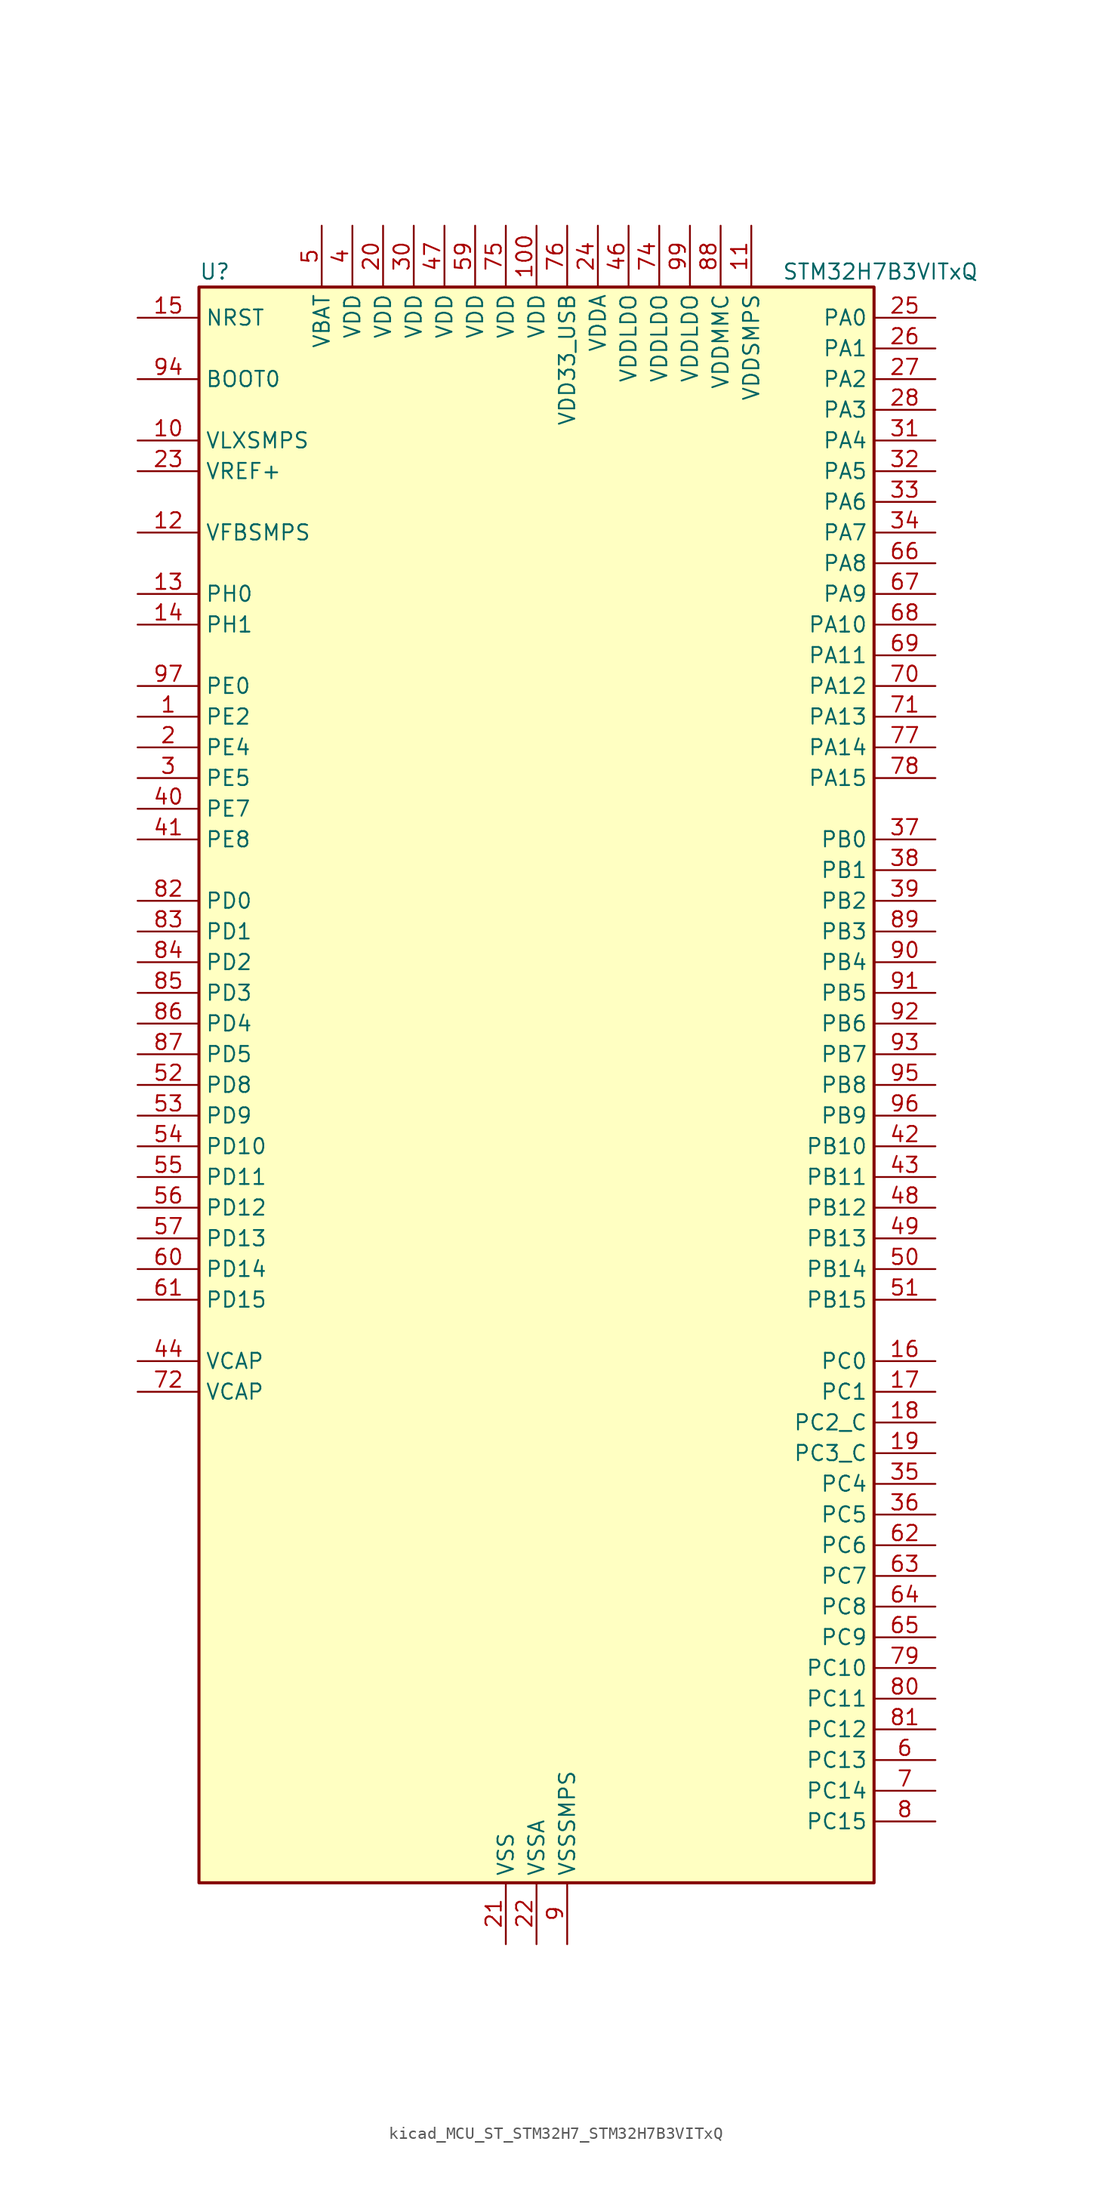
<source format=kicad_sym>
(kicad_symbol_lib
  (version 20220914)
  (generator kicad_symbol_editor)
  (symbol "kicad_MCU_ST_STM32H7_STM32H7B3VITxQ"
    (property "Reference" "U"
      (at -27.94 67.31 0)
      (effects (font (size 1.27 1.27)) (justify left)))
    (property "Value" "STM32H7B3VITxQ"
      (at 20.32 67.31 0)
      (effects (font (size 1.27 1.27)) (justify left)))
    (property "ki_locked" ""
      (at 0 0 0)
      (effects (font (size 1.27 1.27))))
    (symbol "kicad_MCU_ST_STM32H7_STM32H7B3VITxQ_0_1"
      (rectangle (start -27.94 -66.04) (end 27.94 66.04) (stroke (width 0.254) (type default)) (fill (type background))))
    (symbol "kicad_MCU_ST_STM32H7_STM32H7B3VITxQ_1_1"
      (pin bidirectional line (at -33.02 30.48 0) (length 5.08) (name "PE2" (effects (font (size 1.27 1.27)))) (number "1" (effects (font (size 1.27 1.27)))) (alternate "DEBUG_TRACECLK" bidirectional line) (alternate "FMC_A23" bidirectional line) (alternate "OCTOSPIM_P1_IO2" bidirectional line) (alternate "SAI1_CK1" bidirectional line) (alternate "SAI1_MCLK_A" bidirectional line) (alternate "SPI4_SCK" bidirectional line))
      (pin power_in line (at -33.02 53.34 0) (length 5.08) (name "VLXSMPS" (effects (font (size 1.27 1.27)))) (number "10" (effects (font (size 1.27 1.27)))))
      (pin power_in line (at 0 71.12 270) (length 5.08) (name "VDD" (effects (font (size 1.27 1.27)))) (number "100" (effects (font (size 1.27 1.27)))))
      (pin power_in line (at 17.78 71.12 270) (length 5.08) (name "VDDSMPS" (effects (font (size 1.27 1.27)))) (number "11" (effects (font (size 1.27 1.27)))))
      (pin input line (at -33.02 45.72 0) (length 5.08) (name "VFBSMPS" (effects (font (size 1.27 1.27)))) (number "12" (effects (font (size 1.27 1.27)))))
      (pin bidirectional line (at -33.02 40.64 0) (length 5.08) (name "PH0" (effects (font (size 1.27 1.27)))) (number "13" (effects (font (size 1.27 1.27)))) (alternate "RCC_OSC_IN" bidirectional line))
      (pin bidirectional line (at -33.02 38.1 0) (length 5.08) (name "PH1" (effects (font (size 1.27 1.27)))) (number "14" (effects (font (size 1.27 1.27)))) (alternate "RCC_OSC_OUT" bidirectional line))
      (pin input line (at -33.02 63.5 0) (length 5.08) (name "NRST" (effects (font (size 1.27 1.27)))) (number "15" (effects (font (size 1.27 1.27)))))
      (pin bidirectional line (at 33.02 -22.86 180) (length 5.08) (name "PC0" (effects (font (size 1.27 1.27)))) (number "16" (effects (font (size 1.27 1.27)))) (alternate "ADC1_INP10" bidirectional line) (alternate "ADC2_INP10" bidirectional line) (alternate "DFSDM1_CKIN0" bidirectional line) (alternate "DFSDM1_DATIN4" bidirectional line) (alternate "FMC_A25" bidirectional line) (alternate "FMC_SDNWE" bidirectional line) (alternate "LTDC_G2" bidirectional line) (alternate "LTDC_R5" bidirectional line) (alternate "SAI2_FS_B" bidirectional line) (alternate "USB_OTG_HS_ULPI_STP" bidirectional line))
      (pin bidirectional line (at 33.02 -25.4 180) (length 5.08) (name "PC1" (effects (font (size 1.27 1.27)))) (number "17" (effects (font (size 1.27 1.27)))) (alternate "ADC1_INN10" bidirectional line) (alternate "ADC1_INP11" bidirectional line) (alternate "ADC2_INN10" bidirectional line) (alternate "ADC2_INP11" bidirectional line) (alternate "DEBUG_TRACED0" bidirectional line) (alternate "DFSDM1_CKIN4" bidirectional line) (alternate "DFSDM1_DATIN0" bidirectional line) (alternate "I2S2_SDO" bidirectional line) (alternate "LTDC_G5" bidirectional line) (alternate "MDIOS_MDC" bidirectional line) (alternate "OCTOSPIM_P1_IO4" bidirectional line) (alternate "PWR_WKUP6" bidirectional line) (alternate "RTC_TAMP3" bidirectional line) (alternate "SAI1_D1" bidirectional line) (alternate "SAI1_SD_A" bidirectional line) (alternate "SDMMC2_CK" bidirectional line) (alternate "SPI2_MOSI" bidirectional line))
      (pin bidirectional line (at 33.02 -27.94 180) (length 5.08) (name "PC2_C" (effects (font (size 1.27 1.27)))) (number "18" (effects (font (size 1.27 1.27)))) (alternate "ADC2_INN1" bidirectional line) (alternate "ADC2_INP0" bidirectional line) (alternate "DFSDM1_CKIN1" bidirectional line) (alternate "DFSDM1_CKOUT" bidirectional line) (alternate "FMC_SDNE0" bidirectional line) (alternate "I2S2_SDI" bidirectional line) (alternate "OCTOSPIM_P1_IO2" bidirectional line) (alternate "OCTOSPIM_P1_IO5" bidirectional line) (alternate "PWR_CSTOP" bidirectional line) (alternate "SPI2_MISO" bidirectional line) (alternate "USB_OTG_HS_ULPI_DIR" bidirectional line))
      (pin bidirectional line (at 33.02 -30.48 180) (length 5.08) (name "PC3_C" (effects (font (size 1.27 1.27)))) (number "19" (effects (font (size 1.27 1.27)))) (alternate "ADC2_INP1" bidirectional line) (alternate "DFSDM1_DATIN1" bidirectional line) (alternate "FMC_SDCKE0" bidirectional line) (alternate "I2S2_SDO" bidirectional line) (alternate "OCTOSPIM_P1_IO0" bidirectional line) (alternate "OCTOSPIM_P1_IO6" bidirectional line) (alternate "PWR_CSLEEP" bidirectional line) (alternate "SPI2_MOSI" bidirectional line) (alternate "USB_OTG_HS_ULPI_NXT" bidirectional line))
      (pin bidirectional line (at -33.02 27.94 0) (length 5.08) (name "PE4" (effects (font (size 1.27 1.27)))) (number "2" (effects (font (size 1.27 1.27)))) (alternate "DCMI_D4" bidirectional line) (alternate "DEBUG_TRACED1" bidirectional line) (alternate "DFSDM1_DATIN3" bidirectional line) (alternate "FMC_A20" bidirectional line) (alternate "LTDC_B0" bidirectional line) (alternate "PSSI_D4" bidirectional line) (alternate "SAI1_D2" bidirectional line) (alternate "SAI1_FS_A" bidirectional line) (alternate "SPI4_NSS" bidirectional line) (alternate "TIM15_CH1N" bidirectional line))
      (pin power_in line (at -12.7 71.12 270) (length 5.08) (name "VDD" (effects (font (size 1.27 1.27)))) (number "20" (effects (font (size 1.27 1.27)))))
      (pin power_in line (at -2.54 -71.12 90) (length 5.08) (name "VSS" (effects (font (size 1.27 1.27)))) (number "21" (effects (font (size 1.27 1.27)))))
      (pin power_in line (at 0 -71.12 90) (length 5.08) (name "VSSA" (effects (font (size 1.27 1.27)))) (number "22" (effects (font (size 1.27 1.27)))))
      (pin input line (at -33.02 50.8 0) (length 5.08) (name "VREF+" (effects (font (size 1.27 1.27)))) (number "23" (effects (font (size 1.27 1.27)))) (alternate "VREFBUF_OUT" bidirectional line))
      (pin power_in line (at 5.08 71.12 270) (length 5.08) (name "VDDA" (effects (font (size 1.27 1.27)))) (number "24" (effects (font (size 1.27 1.27)))))
      (pin bidirectional line (at 33.02 63.5 180) (length 5.08) (name "PA0" (effects (font (size 1.27 1.27)))) (number "25" (effects (font (size 1.27 1.27)))) (alternate "ADC1_INP16" bidirectional line) (alternate "I2S6_WS" bidirectional line) (alternate "PWR_WKUP1" bidirectional line) (alternate "SAI2_SD_B" bidirectional line) (alternate "SDMMC2_CMD" bidirectional line) (alternate "SPI6_NSS" bidirectional line) (alternate "TIM15_BKIN" bidirectional line) (alternate "TIM2_CH1" bidirectional line) (alternate "TIM2_ETR" bidirectional line) (alternate "TIM5_CH1" bidirectional line) (alternate "TIM8_ETR" bidirectional line) (alternate "UART4_TX" bidirectional line) (alternate "USART2_CTS" bidirectional line) (alternate "USART2_NSS" bidirectional line))
      (pin bidirectional line (at 33.02 60.96 180) (length 5.08) (name "PA1" (effects (font (size 1.27 1.27)))) (number "26" (effects (font (size 1.27 1.27)))) (alternate "ADC1_INN16" bidirectional line) (alternate "ADC1_INP17" bidirectional line) (alternate "LPTIM3_OUT" bidirectional line) (alternate "LTDC_R2" bidirectional line) (alternate "OCTOSPIM_P1_DQS" bidirectional line) (alternate "OCTOSPIM_P1_IO3" bidirectional line) (alternate "SAI2_MCLK_B" bidirectional line) (alternate "TIM15_CH1N" bidirectional line) (alternate "TIM2_CH2" bidirectional line) (alternate "TIM5_CH2" bidirectional line) (alternate "UART4_RX" bidirectional line) (alternate "USART2_DE" bidirectional line) (alternate "USART2_RTS" bidirectional line))
      (pin bidirectional line (at 33.02 58.42 180) (length 5.08) (name "PA2" (effects (font (size 1.27 1.27)))) (number "27" (effects (font (size 1.27 1.27)))) (alternate "ADC1_INP14" bidirectional line) (alternate "DFSDM2_CKIN1" bidirectional line) (alternate "LTDC_R1" bidirectional line) (alternate "MDIOS_MDIO" bidirectional line) (alternate "PWR_WKUP2" bidirectional line) (alternate "SAI2_SCK_B" bidirectional line) (alternate "TIM15_CH1" bidirectional line) (alternate "TIM2_CH3" bidirectional line) (alternate "TIM5_CH3" bidirectional line) (alternate "USART2_TX" bidirectional line))
      (pin bidirectional line (at 33.02 55.88 180) (length 5.08) (name "PA3" (effects (font (size 1.27 1.27)))) (number "28" (effects (font (size 1.27 1.27)))) (alternate "ADC1_INP15" bidirectional line) (alternate "I2S6_MCK" bidirectional line) (alternate "LTDC_B2" bidirectional line) (alternate "LTDC_B5" bidirectional line) (alternate "OCTOSPIM_P1_CLK" bidirectional line) (alternate "TIM15_CH2" bidirectional line) (alternate "TIM2_CH4" bidirectional line) (alternate "TIM5_CH4" bidirectional line) (alternate "USART2_RX" bidirectional line) (alternate "USB_OTG_HS_ULPI_D0" bidirectional line))
      (pin passive line (at -2.54 -71.12 90) (length 5.08) hide (name "VSS" (effects (font (size 1.27 1.27)))) (number "29" (effects (font (size 1.27 1.27)))))
      (pin bidirectional line (at -33.02 25.4 0) (length 5.08) (name "PE5" (effects (font (size 1.27 1.27)))) (number "3" (effects (font (size 1.27 1.27)))) (alternate "DCMI_D6" bidirectional line) (alternate "DEBUG_TRACED2" bidirectional line) (alternate "DFSDM1_CKIN3" bidirectional line) (alternate "FMC_A21" bidirectional line) (alternate "LTDC_G0" bidirectional line) (alternate "PSSI_D6" bidirectional line) (alternate "SAI1_CK2" bidirectional line) (alternate "SAI1_SCK_A" bidirectional line) (alternate "SPI4_MISO" bidirectional line) (alternate "TIM15_CH1" bidirectional line))
      (pin power_in line (at -10.16 71.12 270) (length 5.08) (name "VDD" (effects (font (size 1.27 1.27)))) (number "30" (effects (font (size 1.27 1.27)))))
      (pin bidirectional line (at 33.02 53.34 180) (length 5.08) (name "PA4" (effects (font (size 1.27 1.27)))) (number "31" (effects (font (size 1.27 1.27)))) (alternate "ADC1_INP18" bidirectional line) (alternate "DAC1_OUT1" bidirectional line) (alternate "DCMI_HSYNC" bidirectional line) (alternate "I2S1_WS" bidirectional line) (alternate "I2S3_WS" bidirectional line) (alternate "I2S6_WS" bidirectional line) (alternate "LTDC_VSYNC" bidirectional line) (alternate "PSSI_DE" bidirectional line) (alternate "SPI1_NSS" bidirectional line) (alternate "SPI3_NSS" bidirectional line) (alternate "SPI6_NSS" bidirectional line) (alternate "TIM5_ETR" bidirectional line) (alternate "USART2_CK" bidirectional line))
      (pin bidirectional line (at 33.02 50.8 180) (length 5.08) (name "PA5" (effects (font (size 1.27 1.27)))) (number "32" (effects (font (size 1.27 1.27)))) (alternate "ADC1_INN18" bidirectional line) (alternate "ADC1_INP19" bidirectional line) (alternate "DAC1_OUT2" bidirectional line) (alternate "I2S1_CK" bidirectional line) (alternate "I2S6_CK" bidirectional line) (alternate "LTDC_R4" bidirectional line) (alternate "PSSI_D14" bidirectional line) (alternate "PWR_NDSTOP2" bidirectional line) (alternate "SPI1_SCK" bidirectional line) (alternate "SPI6_SCK" bidirectional line) (alternate "TIM2_CH1" bidirectional line) (alternate "TIM2_ETR" bidirectional line) (alternate "TIM8_CH1N" bidirectional line) (alternate "USB_OTG_HS_ULPI_CK" bidirectional line))
      (pin bidirectional line (at 33.02 48.26 180) (length 5.08) (name "PA6" (effects (font (size 1.27 1.27)))) (number "33" (effects (font (size 1.27 1.27)))) (alternate "ADC1_INP3" bidirectional line) (alternate "ADC2_INP3" bidirectional line) (alternate "DAC2_OUT1" bidirectional line) (alternate "DCMI_PIXCLK" bidirectional line) (alternate "I2S1_SDI" bidirectional line) (alternate "I2S6_SDI" bidirectional line) (alternate "LTDC_G2" bidirectional line) (alternate "MDIOS_MDC" bidirectional line) (alternate "OCTOSPIM_P1_IO3" bidirectional line) (alternate "PSSI_PDCK" bidirectional line) (alternate "SPI1_MISO" bidirectional line) (alternate "SPI6_MISO" bidirectional line) (alternate "TIM13_CH1" bidirectional line) (alternate "TIM1_BKIN" bidirectional line) (alternate "TIM1_BKIN_COMP1" bidirectional line) (alternate "TIM1_BKIN_COMP2" bidirectional line) (alternate "TIM3_CH1" bidirectional line) (alternate "TIM8_BKIN" bidirectional line) (alternate "TIM8_BKIN_COMP1" bidirectional line) (alternate "TIM8_BKIN_COMP2" bidirectional line))
      (pin bidirectional line (at 33.02 45.72 180) (length 5.08) (name "PA7" (effects (font (size 1.27 1.27)))) (number "34" (effects (font (size 1.27 1.27)))) (alternate "ADC1_INN3" bidirectional line) (alternate "ADC1_INP7" bidirectional line) (alternate "ADC2_INN3" bidirectional line) (alternate "ADC2_INP7" bidirectional line) (alternate "DFSDM2_DATIN1" bidirectional line) (alternate "FMC_SDNWE" bidirectional line) (alternate "I2S1_SDO" bidirectional line) (alternate "I2S6_SDO" bidirectional line) (alternate "LTDC_VSYNC" bidirectional line) (alternate "OCTOSPIM_P1_IO2" bidirectional line) (alternate "OPAMP1_VINM" bidirectional line) (alternate "SPI1_MOSI" bidirectional line) (alternate "SPI6_MOSI" bidirectional line) (alternate "TIM14_CH1" bidirectional line) (alternate "TIM1_CH1N" bidirectional line) (alternate "TIM3_CH2" bidirectional line) (alternate "TIM8_CH1N" bidirectional line))
      (pin bidirectional line (at 33.02 -33.02 180) (length 5.08) (name "PC4" (effects (font (size 1.27 1.27)))) (number "35" (effects (font (size 1.27 1.27)))) (alternate "ADC1_INP4" bidirectional line) (alternate "ADC2_INP4" bidirectional line) (alternate "COMP1_INM" bidirectional line) (alternate "DFSDM1_CKIN2" bidirectional line) (alternate "FMC_SDNE0" bidirectional line) (alternate "I2S1_MCK" bidirectional line) (alternate "LTDC_R7" bidirectional line) (alternate "OPAMP1_VOUT" bidirectional line))
      (pin bidirectional line (at 33.02 -35.56 180) (length 5.08) (name "PC5" (effects (font (size 1.27 1.27)))) (number "36" (effects (font (size 1.27 1.27)))) (alternate "ADC1_INN4" bidirectional line) (alternate "ADC1_INP8" bidirectional line) (alternate "ADC2_INN4" bidirectional line) (alternate "ADC2_INP8" bidirectional line) (alternate "COMP1_OUT" bidirectional line) (alternate "DFSDM1_DATIN2" bidirectional line) (alternate "FMC_SDCKE0" bidirectional line) (alternate "LTDC_DE" bidirectional line) (alternate "OCTOSPIM_P1_DQS" bidirectional line) (alternate "OPAMP1_VINM" bidirectional line) (alternate "PSSI_D15" bidirectional line) (alternate "SAI1_D3" bidirectional line))
      (pin bidirectional line (at 33.02 20.32 180) (length 5.08) (name "PB0" (effects (font (size 1.27 1.27)))) (number "37" (effects (font (size 1.27 1.27)))) (alternate "ADC1_INN5" bidirectional line) (alternate "ADC1_INP9" bidirectional line) (alternate "ADC2_INN5" bidirectional line) (alternate "ADC2_INP9" bidirectional line) (alternate "COMP1_INP" bidirectional line) (alternate "DFSDM1_CKOUT" bidirectional line) (alternate "DFSDM2_CKOUT" bidirectional line) (alternate "LTDC_G1" bidirectional line) (alternate "LTDC_R3" bidirectional line) (alternate "OCTOSPIM_P1_IO1" bidirectional line) (alternate "OPAMP1_VINP" bidirectional line) (alternate "TIM1_CH2N" bidirectional line) (alternate "TIM3_CH3" bidirectional line) (alternate "TIM8_CH2N" bidirectional line) (alternate "UART4_CTS" bidirectional line) (alternate "USB_OTG_HS_ULPI_D1" bidirectional line))
      (pin bidirectional line (at 33.02 17.78 180) (length 5.08) (name "PB1" (effects (font (size 1.27 1.27)))) (number "38" (effects (font (size 1.27 1.27)))) (alternate "ADC1_INP5" bidirectional line) (alternate "ADC2_INP5" bidirectional line) (alternate "COMP1_INM" bidirectional line) (alternate "DFSDM1_DATIN1" bidirectional line) (alternate "LTDC_G0" bidirectional line) (alternate "LTDC_R6" bidirectional line) (alternate "OCTOSPIM_P1_IO0" bidirectional line) (alternate "TIM1_CH3N" bidirectional line) (alternate "TIM3_CH4" bidirectional line) (alternate "TIM8_CH3N" bidirectional line) (alternate "USB_OTG_HS_ULPI_D2" bidirectional line))
      (pin bidirectional line (at 33.02 15.24 180) (length 5.08) (name "PB2" (effects (font (size 1.27 1.27)))) (number "39" (effects (font (size 1.27 1.27)))) (alternate "COMP1_INP" bidirectional line) (alternate "DFSDM1_CKIN1" bidirectional line) (alternate "I2S3_SDO" bidirectional line) (alternate "OCTOSPIM_P1_CLK" bidirectional line) (alternate "OCTOSPIM_P1_DQS" bidirectional line) (alternate "RTC_OUT_ALARM" bidirectional line) (alternate "RTC_OUT_CALIB" bidirectional line) (alternate "SAI1_D1" bidirectional line) (alternate "SAI1_SD_A" bidirectional line) (alternate "SPI3_MOSI" bidirectional line))
      (pin power_in line (at -15.24 71.12 270) (length 5.08) (name "VDD" (effects (font (size 1.27 1.27)))) (number "4" (effects (font (size 1.27 1.27)))))
      (pin bidirectional line (at -33.02 22.86 0) (length 5.08) (name "PE7" (effects (font (size 1.27 1.27)))) (number "40" (effects (font (size 1.27 1.27)))) (alternate "COMP2_INM" bidirectional line) (alternate "DFSDM1_DATIN2" bidirectional line) (alternate "FMC_D4" bidirectional line) (alternate "FMC_DA4" bidirectional line) (alternate "OCTOSPIM_P1_IO4" bidirectional line) (alternate "OPAMP2_VOUT" bidirectional line) (alternate "TIM1_ETR" bidirectional line) (alternate "UART7_RX" bidirectional line))
      (pin bidirectional line (at -33.02 20.32 0) (length 5.08) (name "PE8" (effects (font (size 1.27 1.27)))) (number "41" (effects (font (size 1.27 1.27)))) (alternate "COMP2_OUT" bidirectional line) (alternate "DFSDM1_CKIN2" bidirectional line) (alternate "FMC_D5" bidirectional line) (alternate "FMC_DA5" bidirectional line) (alternate "OCTOSPIM_P1_IO5" bidirectional line) (alternate "OPAMP2_VINM" bidirectional line) (alternate "TIM1_CH1N" bidirectional line) (alternate "UART7_TX" bidirectional line))
      (pin bidirectional line (at 33.02 -5.08 180) (length 5.08) (name "PB10" (effects (font (size 1.27 1.27)))) (number "42" (effects (font (size 1.27 1.27)))) (alternate "DFSDM1_DATIN7" bidirectional line) (alternate "I2C2_SCL" bidirectional line) (alternate "I2S2_CK" bidirectional line) (alternate "LPTIM2_IN1" bidirectional line) (alternate "LTDC_G4" bidirectional line) (alternate "OCTOSPIM_P1_NCS" bidirectional line) (alternate "SPI2_SCK" bidirectional line) (alternate "TIM2_CH3" bidirectional line) (alternate "USART3_TX" bidirectional line) (alternate "USB_OTG_HS_ULPI_D3" bidirectional line))
      (pin bidirectional line (at 33.02 -7.62 180) (length 5.08) (name "PB11" (effects (font (size 1.27 1.27)))) (number "43" (effects (font (size 1.27 1.27)))) (alternate "ADC1_EXTI11" bidirectional line) (alternate "ADC2_EXTI11" bidirectional line) (alternate "DFSDM1_CKIN7" bidirectional line) (alternate "I2C2_SDA" bidirectional line) (alternate "LPTIM2_ETR" bidirectional line) (alternate "LTDC_G5" bidirectional line) (alternate "TIM2_CH4" bidirectional line) (alternate "USART3_RX" bidirectional line) (alternate "USB_OTG_HS_ULPI_D4" bidirectional line))
      (pin power_out line (at -33.02 -22.86 0) (length 5.08) (name "VCAP" (effects (font (size 1.27 1.27)))) (number "44" (effects (font (size 1.27 1.27)))))
      (pin passive line (at -2.54 -71.12 90) (length 5.08) hide (name "VSS" (effects (font (size 1.27 1.27)))) (number "45" (effects (font (size 1.27 1.27)))))
      (pin power_in line (at 7.62 71.12 270) (length 5.08) (name "VDDLDO" (effects (font (size 1.27 1.27)))) (number "46" (effects (font (size 1.27 1.27)))))
      (pin power_in line (at -7.62 71.12 270) (length 5.08) (name "VDD" (effects (font (size 1.27 1.27)))) (number "47" (effects (font (size 1.27 1.27)))))
      (pin bidirectional line (at 33.02 -10.16 180) (length 5.08) (name "PB12" (effects (font (size 1.27 1.27)))) (number "48" (effects (font (size 1.27 1.27)))) (alternate "DFSDM1_DATIN1" bidirectional line) (alternate "DFSDM2_DATIN1" bidirectional line) (alternate "FDCAN2_RX" bidirectional line) (alternate "I2C2_SMBA" bidirectional line) (alternate "I2S2_WS" bidirectional line) (alternate "OCTOSPIM_P1_NCLK" bidirectional line) (alternate "SPI2_NSS" bidirectional line) (alternate "TIM1_BKIN" bidirectional line) (alternate "TIM1_BKIN_COMP1" bidirectional line) (alternate "TIM1_BKIN_COMP2" bidirectional line) (alternate "UART5_RX" bidirectional line) (alternate "USART3_CK" bidirectional line) (alternate "USB_OTG_HS_ULPI_D5" bidirectional line))
      (pin bidirectional line (at 33.02 -12.7 180) (length 5.08) (name "PB13" (effects (font (size 1.27 1.27)))) (number "49" (effects (font (size 1.27 1.27)))) (alternate "DCMI_D2" bidirectional line) (alternate "DFSDM1_CKIN1" bidirectional line) (alternate "DFSDM2_CKIN1" bidirectional line) (alternate "FDCAN2_TX" bidirectional line) (alternate "I2S2_CK" bidirectional line) (alternate "LPTIM2_OUT" bidirectional line) (alternate "PSSI_D2" bidirectional line) (alternate "SDMMC1_D0" bidirectional line) (alternate "SPI2_SCK" bidirectional line) (alternate "TIM1_CH1N" bidirectional line) (alternate "UART5_TX" bidirectional line) (alternate "USART3_CTS" bidirectional line) (alternate "USART3_NSS" bidirectional line) (alternate "USB_OTG_HS_ULPI_D6" bidirectional line))
      (pin power_in line (at -17.78 71.12 270) (length 5.08) (name "VBAT" (effects (font (size 1.27 1.27)))) (number "5" (effects (font (size 1.27 1.27)))))
      (pin bidirectional line (at 33.02 -15.24 180) (length 5.08) (name "PB14" (effects (font (size 1.27 1.27)))) (number "50" (effects (font (size 1.27 1.27)))) (alternate "DFSDM1_DATIN2" bidirectional line) (alternate "I2S2_SDI" bidirectional line) (alternate "LTDC_CLK" bidirectional line) (alternate "SDMMC2_D0" bidirectional line) (alternate "SPI2_MISO" bidirectional line) (alternate "TIM12_CH1" bidirectional line) (alternate "TIM1_CH2N" bidirectional line) (alternate "TIM8_CH2N" bidirectional line) (alternate "UART4_DE" bidirectional line) (alternate "UART4_RTS" bidirectional line) (alternate "USART1_TX" bidirectional line) (alternate "USART3_DE" bidirectional line) (alternate "USART3_RTS" bidirectional line))
      (pin bidirectional line (at 33.02 -17.78 180) (length 5.08) (name "PB15" (effects (font (size 1.27 1.27)))) (number "51" (effects (font (size 1.27 1.27)))) (alternate "ADC1_EXTI15" bidirectional line) (alternate "ADC2_EXTI15" bidirectional line) (alternate "DFSDM1_CKIN2" bidirectional line) (alternate "I2S2_SDO" bidirectional line) (alternate "LTDC_G7" bidirectional line) (alternate "RTC_REFIN" bidirectional line) (alternate "SDMMC2_D1" bidirectional line) (alternate "SPI2_MOSI" bidirectional line) (alternate "TIM12_CH2" bidirectional line) (alternate "TIM1_CH3N" bidirectional line) (alternate "TIM8_CH3N" bidirectional line) (alternate "UART4_CTS" bidirectional line) (alternate "USART1_RX" bidirectional line))
      (pin bidirectional line (at -33.02 0 0) (length 5.08) (name "PD8" (effects (font (size 1.27 1.27)))) (number "52" (effects (font (size 1.27 1.27)))) (alternate "DFSDM1_CKIN3" bidirectional line) (alternate "FMC_D13" bidirectional line) (alternate "FMC_DA13" bidirectional line) (alternate "USART3_TX" bidirectional line))
      (pin bidirectional line (at -33.02 -2.54 0) (length 5.08) (name "PD9" (effects (font (size 1.27 1.27)))) (number "53" (effects (font (size 1.27 1.27)))) (alternate "DAC1_EXTI9" bidirectional line) (alternate "DFSDM1_DATIN3" bidirectional line) (alternate "FMC_D14" bidirectional line) (alternate "FMC_DA14" bidirectional line) (alternate "USART3_RX" bidirectional line))
      (pin bidirectional line (at -33.02 -5.08 0) (length 5.08) (name "PD10" (effects (font (size 1.27 1.27)))) (number "54" (effects (font (size 1.27 1.27)))) (alternate "DFSDM1_CKOUT" bidirectional line) (alternate "DFSDM2_CKOUT" bidirectional line) (alternate "FMC_D15" bidirectional line) (alternate "FMC_DA15" bidirectional line) (alternate "LTDC_B3" bidirectional line) (alternate "USART3_CK" bidirectional line))
      (pin bidirectional line (at -33.02 -7.62 0) (length 5.08) (name "PD11" (effects (font (size 1.27 1.27)))) (number "55" (effects (font (size 1.27 1.27)))) (alternate "ADC1_EXTI11" bidirectional line) (alternate "ADC2_EXTI11" bidirectional line) (alternate "FMC_A16" bidirectional line) (alternate "FMC_CLE" bidirectional line) (alternate "I2C4_SMBA" bidirectional line) (alternate "LPTIM2_IN2" bidirectional line) (alternate "OCTOSPIM_P1_IO0" bidirectional line) (alternate "SAI2_SD_A" bidirectional line) (alternate "USART3_CTS" bidirectional line) (alternate "USART3_NSS" bidirectional line))
      (pin bidirectional line (at -33.02 -10.16 0) (length 5.08) (name "PD12" (effects (font (size 1.27 1.27)))) (number "56" (effects (font (size 1.27 1.27)))) (alternate "DCMI_D12" bidirectional line) (alternate "FMC_A17" bidirectional line) (alternate "FMC_ALE" bidirectional line) (alternate "I2C4_SCL" bidirectional line) (alternate "LPTIM1_IN1" bidirectional line) (alternate "LPTIM2_IN1" bidirectional line) (alternate "OCTOSPIM_P1_IO1" bidirectional line) (alternate "PSSI_D12" bidirectional line) (alternate "SAI2_FS_A" bidirectional line) (alternate "TIM4_CH1" bidirectional line) (alternate "USART3_DE" bidirectional line) (alternate "USART3_RTS" bidirectional line))
      (pin bidirectional line (at -33.02 -12.7 0) (length 5.08) (name "PD13" (effects (font (size 1.27 1.27)))) (number "57" (effects (font (size 1.27 1.27)))) (alternate "DCMI_D13" bidirectional line) (alternate "FMC_A18" bidirectional line) (alternate "I2C4_SDA" bidirectional line) (alternate "LPTIM1_OUT" bidirectional line) (alternate "OCTOSPIM_P1_IO3" bidirectional line) (alternate "PSSI_D13" bidirectional line) (alternate "SAI2_SCK_A" bidirectional line) (alternate "TIM4_CH2" bidirectional line) (alternate "UART9_DE" bidirectional line) (alternate "UART9_RTS" bidirectional line))
      (pin passive line (at -2.54 -71.12 90) (length 5.08) hide (name "VSS" (effects (font (size 1.27 1.27)))) (number "58" (effects (font (size 1.27 1.27)))))
      (pin power_in line (at -5.08 71.12 270) (length 5.08) (name "VDD" (effects (font (size 1.27 1.27)))) (number "59" (effects (font (size 1.27 1.27)))))
      (pin bidirectional line (at 33.02 -55.88 180) (length 5.08) (name "PC13" (effects (font (size 1.27 1.27)))) (number "6" (effects (font (size 1.27 1.27)))) (alternate "PWR_WKUP4" bidirectional line) (alternate "RTC_OUT_ALARM" bidirectional line) (alternate "RTC_OUT_CALIB" bidirectional line) (alternate "RTC_TAMP1" bidirectional line) (alternate "RTC_TS" bidirectional line))
      (pin bidirectional line (at -33.02 -15.24 0) (length 5.08) (name "PD14" (effects (font (size 1.27 1.27)))) (number "60" (effects (font (size 1.27 1.27)))) (alternate "FMC_D0" bidirectional line) (alternate "FMC_DA0" bidirectional line) (alternate "TIM4_CH3" bidirectional line) (alternate "UART8_CTS" bidirectional line) (alternate "UART9_RX" bidirectional line))
      (pin bidirectional line (at -33.02 -17.78 0) (length 5.08) (name "PD15" (effects (font (size 1.27 1.27)))) (number "61" (effects (font (size 1.27 1.27)))) (alternate "ADC1_EXTI15" bidirectional line) (alternate "ADC2_EXTI15" bidirectional line) (alternate "FMC_D1" bidirectional line) (alternate "FMC_DA1" bidirectional line) (alternate "TIM4_CH4" bidirectional line) (alternate "UART8_DE" bidirectional line) (alternate "UART8_RTS" bidirectional line) (alternate "UART9_TX" bidirectional line))
      (pin bidirectional line (at 33.02 -38.1 180) (length 5.08) (name "PC6" (effects (font (size 1.27 1.27)))) (number "62" (effects (font (size 1.27 1.27)))) (alternate "DCMI_D0" bidirectional line) (alternate "DFSDM1_CKIN3" bidirectional line) (alternate "FMC_NWAIT" bidirectional line) (alternate "I2S2_MCK" bidirectional line) (alternate "LTDC_HSYNC" bidirectional line) (alternate "PSSI_D0" bidirectional line) (alternate "SDMMC1_D0DIR" bidirectional line) (alternate "SDMMC1_D6" bidirectional line) (alternate "SDMMC2_D6" bidirectional line) (alternate "SWPMI1_IO" bidirectional line) (alternate "TIM3_CH1" bidirectional line) (alternate "TIM8_CH1" bidirectional line) (alternate "USART6_TX" bidirectional line))
      (pin bidirectional line (at 33.02 -40.64 180) (length 5.08) (name "PC7" (effects (font (size 1.27 1.27)))) (number "63" (effects (font (size 1.27 1.27)))) (alternate "DCMI_D1" bidirectional line) (alternate "DEBUG_TRGIO" bidirectional line) (alternate "DFSDM1_DATIN3" bidirectional line) (alternate "FMC_NE1" bidirectional line) (alternate "I2S3_MCK" bidirectional line) (alternate "LTDC_G6" bidirectional line) (alternate "PSSI_D1" bidirectional line) (alternate "SDMMC1_D123DIR" bidirectional line) (alternate "SDMMC1_D7" bidirectional line) (alternate "SDMMC2_D7" bidirectional line) (alternate "SWPMI1_TX" bidirectional line) (alternate "TIM3_CH2" bidirectional line) (alternate "TIM8_CH2" bidirectional line) (alternate "USART6_RX" bidirectional line))
      (pin bidirectional line (at 33.02 -43.18 180) (length 5.08) (name "PC8" (effects (font (size 1.27 1.27)))) (number "64" (effects (font (size 1.27 1.27)))) (alternate "DCMI_D2" bidirectional line) (alternate "DEBUG_TRACED1" bidirectional line) (alternate "FMC_INT" bidirectional line) (alternate "FMC_NCE" bidirectional line) (alternate "FMC_NE2" bidirectional line) (alternate "PSSI_D2" bidirectional line) (alternate "SDMMC1_D0" bidirectional line) (alternate "SWPMI1_RX" bidirectional line) (alternate "TIM3_CH3" bidirectional line) (alternate "TIM8_CH3" bidirectional line) (alternate "UART5_DE" bidirectional line) (alternate "UART5_RTS" bidirectional line) (alternate "USART6_CK" bidirectional line))
      (pin bidirectional line (at 33.02 -45.72 180) (length 5.08) (name "PC9" (effects (font (size 1.27 1.27)))) (number "65" (effects (font (size 1.27 1.27)))) (alternate "DAC1_EXTI9" bidirectional line) (alternate "DCMI_D3" bidirectional line) (alternate "I2C3_SDA" bidirectional line) (alternate "I2S_CKIN" bidirectional line) (alternate "LTDC_B2" bidirectional line) (alternate "LTDC_G3" bidirectional line) (alternate "OCTOSPIM_P1_IO0" bidirectional line) (alternate "PSSI_D3" bidirectional line) (alternate "RCC_MCO_2" bidirectional line) (alternate "SDMMC1_D1" bidirectional line) (alternate "SWPMI1_SUSPEND" bidirectional line) (alternate "TIM3_CH4" bidirectional line) (alternate "TIM8_CH4" bidirectional line) (alternate "UART5_CTS" bidirectional line))
      (pin bidirectional line (at 33.02 43.18 180) (length 5.08) (name "PA8" (effects (font (size 1.27 1.27)))) (number "66" (effects (font (size 1.27 1.27)))) (alternate "I2C3_SCL" bidirectional line) (alternate "LTDC_B3" bidirectional line) (alternate "LTDC_R6" bidirectional line) (alternate "RCC_MCO_1" bidirectional line) (alternate "TIM1_CH1" bidirectional line) (alternate "TIM8_BKIN2" bidirectional line) (alternate "TIM8_BKIN2_COMP1" bidirectional line) (alternate "TIM8_BKIN2_COMP2" bidirectional line) (alternate "UART7_RX" bidirectional line) (alternate "USART1_CK" bidirectional line) (alternate "USB_OTG_HS_SOF" bidirectional line))
      (pin bidirectional line (at 33.02 40.64 180) (length 5.08) (name "PA9" (effects (font (size 1.27 1.27)))) (number "67" (effects (font (size 1.27 1.27)))) (alternate "DAC1_EXTI9" bidirectional line) (alternate "DCMI_D0" bidirectional line) (alternate "I2C3_SMBA" bidirectional line) (alternate "I2S2_CK" bidirectional line) (alternate "LPUART1_TX" bidirectional line) (alternate "LTDC_R5" bidirectional line) (alternate "PSSI_D0" bidirectional line) (alternate "SPI2_SCK" bidirectional line) (alternate "TIM1_CH2" bidirectional line) (alternate "USART1_TX" bidirectional line) (alternate "USB_OTG_HS_VBUS" bidirectional line))
      (pin bidirectional line (at 33.02 38.1 180) (length 5.08) (name "PA10" (effects (font (size 1.27 1.27)))) (number "68" (effects (font (size 1.27 1.27)))) (alternate "DCMI_D1" bidirectional line) (alternate "LPUART1_RX" bidirectional line) (alternate "LTDC_B1" bidirectional line) (alternate "LTDC_B4" bidirectional line) (alternate "MDIOS_MDIO" bidirectional line) (alternate "PSSI_D1" bidirectional line) (alternate "TIM1_CH3" bidirectional line) (alternate "USART1_RX" bidirectional line) (alternate "USB_OTG_HS_ID" bidirectional line))
      (pin bidirectional line (at 33.02 35.56 180) (length 5.08) (name "PA11" (effects (font (size 1.27 1.27)))) (number "69" (effects (font (size 1.27 1.27)))) (alternate "ADC1_EXTI11" bidirectional line) (alternate "ADC2_EXTI11" bidirectional line) (alternate "FDCAN1_RX" bidirectional line) (alternate "I2S2_WS" bidirectional line) (alternate "LPUART1_CTS" bidirectional line) (alternate "LTDC_R4" bidirectional line) (alternate "SPI2_NSS" bidirectional line) (alternate "TIM1_CH4" bidirectional line) (alternate "UART4_RX" bidirectional line) (alternate "USART1_CTS" bidirectional line) (alternate "USART1_NSS" bidirectional line) (alternate "USB_OTG_HS_DM" bidirectional line))
      (pin bidirectional line (at 33.02 -58.42 180) (length 5.08) (name "PC14" (effects (font (size 1.27 1.27)))) (number "7" (effects (font (size 1.27 1.27)))) (alternate "RCC_OSC32_IN" bidirectional line))
      (pin bidirectional line (at 33.02 33.02 180) (length 5.08) (name "PA12" (effects (font (size 1.27 1.27)))) (number "70" (effects (font (size 1.27 1.27)))) (alternate "FDCAN1_TX" bidirectional line) (alternate "I2S2_CK" bidirectional line) (alternate "LPUART1_DE" bidirectional line) (alternate "LPUART1_RTS" bidirectional line) (alternate "LTDC_R5" bidirectional line) (alternate "SAI2_FS_B" bidirectional line) (alternate "SPI2_SCK" bidirectional line) (alternate "TIM1_ETR" bidirectional line) (alternate "UART4_TX" bidirectional line) (alternate "USART1_DE" bidirectional line) (alternate "USART1_RTS" bidirectional line) (alternate "USB_OTG_HS_DP" bidirectional line))
      (pin bidirectional line (at 33.02 30.48 180) (length 5.08) (name "PA13" (effects (font (size 1.27 1.27)))) (number "71" (effects (font (size 1.27 1.27)))) (alternate "DEBUG_JTMS-SWDIO" bidirectional line))
      (pin power_out line (at -33.02 -25.4 0) (length 5.08) (name "VCAP" (effects (font (size 1.27 1.27)))) (number "72" (effects (font (size 1.27 1.27)))))
      (pin passive line (at -2.54 -71.12 90) (length 5.08) hide (name "VSS" (effects (font (size 1.27 1.27)))) (number "73" (effects (font (size 1.27 1.27)))))
      (pin power_in line (at 10.16 71.12 270) (length 5.08) (name "VDDLDO" (effects (font (size 1.27 1.27)))) (number "74" (effects (font (size 1.27 1.27)))))
      (pin power_in line (at -2.54 71.12 270) (length 5.08) (name "VDD" (effects (font (size 1.27 1.27)))) (number "75" (effects (font (size 1.27 1.27)))))
      (pin power_in line (at 2.54 71.12 270) (length 5.08) (name "VDD33_USB" (effects (font (size 1.27 1.27)))) (number "76" (effects (font (size 1.27 1.27)))))
      (pin bidirectional line (at 33.02 27.94 180) (length 5.08) (name "PA14" (effects (font (size 1.27 1.27)))) (number "77" (effects (font (size 1.27 1.27)))) (alternate "DEBUG_JTCK-SWCLK" bidirectional line))
      (pin bidirectional line (at 33.02 25.4 180) (length 5.08) (name "PA15" (effects (font (size 1.27 1.27)))) (number "78" (effects (font (size 1.27 1.27)))) (alternate "ADC1_EXTI15" bidirectional line) (alternate "ADC2_EXTI15" bidirectional line) (alternate "CEC" bidirectional line) (alternate "DEBUG_JTDI" bidirectional line) (alternate "I2S1_WS" bidirectional line) (alternate "I2S3_WS" bidirectional line) (alternate "I2S6_WS" bidirectional line) (alternate "LTDC_B6" bidirectional line) (alternate "LTDC_R3" bidirectional line) (alternate "SPI1_NSS" bidirectional line) (alternate "SPI3_NSS" bidirectional line) (alternate "SPI6_NSS" bidirectional line) (alternate "TIM2_CH1" bidirectional line) (alternate "TIM2_ETR" bidirectional line) (alternate "UART4_DE" bidirectional line) (alternate "UART4_RTS" bidirectional line) (alternate "UART7_TX" bidirectional line))
      (pin bidirectional line (at 33.02 -48.26 180) (length 5.08) (name "PC10" (effects (font (size 1.27 1.27)))) (number "79" (effects (font (size 1.27 1.27)))) (alternate "DCMI_D8" bidirectional line) (alternate "DFSDM1_CKIN5" bidirectional line) (alternate "DFSDM2_CKIN0" bidirectional line) (alternate "I2S3_CK" bidirectional line) (alternate "LTDC_B1" bidirectional line) (alternate "LTDC_R2" bidirectional line) (alternate "OCTOSPIM_P1_IO1" bidirectional line) (alternate "PSSI_D8" bidirectional line) (alternate "SDMMC1_D2" bidirectional line) (alternate "SPI3_SCK" bidirectional line) (alternate "SWPMI1_RX" bidirectional line) (alternate "UART4_TX" bidirectional line) (alternate "USART3_TX" bidirectional line))
      (pin bidirectional line (at 33.02 -60.96 180) (length 5.08) (name "PC15" (effects (font (size 1.27 1.27)))) (number "8" (effects (font (size 1.27 1.27)))) (alternate "ADC1_EXTI15" bidirectional line) (alternate "ADC2_EXTI15" bidirectional line) (alternate "RCC_OSC32_OUT" bidirectional line))
      (pin bidirectional line (at 33.02 -50.8 180) (length 5.08) (name "PC11" (effects (font (size 1.27 1.27)))) (number "80" (effects (font (size 1.27 1.27)))) (alternate "ADC1_EXTI11" bidirectional line) (alternate "ADC2_EXTI11" bidirectional line) (alternate "DCMI_D4" bidirectional line) (alternate "DFSDM1_DATIN5" bidirectional line) (alternate "DFSDM2_DATIN0" bidirectional line) (alternate "I2S3_SDI" bidirectional line) (alternate "LTDC_B4" bidirectional line) (alternate "OCTOSPIM_P1_NCS" bidirectional line) (alternate "PSSI_D4" bidirectional line) (alternate "SDMMC1_D3" bidirectional line) (alternate "SPI3_MISO" bidirectional line) (alternate "UART4_RX" bidirectional line) (alternate "USART3_RX" bidirectional line))
      (pin bidirectional line (at 33.02 -53.34 180) (length 5.08) (name "PC12" (effects (font (size 1.27 1.27)))) (number "81" (effects (font (size 1.27 1.27)))) (alternate "DCMI_D9" bidirectional line) (alternate "DEBUG_TRACED3" bidirectional line) (alternate "DFSDM2_CKOUT" bidirectional line) (alternate "I2S3_SDO" bidirectional line) (alternate "I2S6_CK" bidirectional line) (alternate "LTDC_R6" bidirectional line) (alternate "PSSI_D9" bidirectional line) (alternate "SDMMC1_CK" bidirectional line) (alternate "SPI3_MOSI" bidirectional line) (alternate "SPI6_SCK" bidirectional line) (alternate "TIM15_CH1" bidirectional line) (alternate "UART5_TX" bidirectional line) (alternate "USART3_CK" bidirectional line))
      (pin bidirectional line (at -33.02 15.24 0) (length 5.08) (name "PD0" (effects (font (size 1.27 1.27)))) (number "82" (effects (font (size 1.27 1.27)))) (alternate "DFSDM1_CKIN6" bidirectional line) (alternate "FDCAN1_RX" bidirectional line) (alternate "FMC_D2" bidirectional line) (alternate "FMC_DA2" bidirectional line) (alternate "LTDC_B1" bidirectional line) (alternate "UART4_RX" bidirectional line) (alternate "UART9_CTS" bidirectional line))
      (pin bidirectional line (at -33.02 12.7 0) (length 5.08) (name "PD1" (effects (font (size 1.27 1.27)))) (number "83" (effects (font (size 1.27 1.27)))) (alternate "DFSDM1_DATIN6" bidirectional line) (alternate "FDCAN1_TX" bidirectional line) (alternate "FMC_D3" bidirectional line) (alternate "FMC_DA3" bidirectional line) (alternate "UART4_TX" bidirectional line))
      (pin bidirectional line (at -33.02 10.16 0) (length 5.08) (name "PD2" (effects (font (size 1.27 1.27)))) (number "84" (effects (font (size 1.27 1.27)))) (alternate "DCMI_D11" bidirectional line) (alternate "DEBUG_TRACED2" bidirectional line) (alternate "LTDC_B2" bidirectional line) (alternate "LTDC_B7" bidirectional line) (alternate "PSSI_D11" bidirectional line) (alternate "SDMMC1_CMD" bidirectional line) (alternate "TIM15_BKIN" bidirectional line) (alternate "TIM3_ETR" bidirectional line) (alternate "UART5_RX" bidirectional line))
      (pin bidirectional line (at -33.02 7.62 0) (length 5.08) (name "PD3" (effects (font (size 1.27 1.27)))) (number "85" (effects (font (size 1.27 1.27)))) (alternate "DCMI_D5" bidirectional line) (alternate "DFSDM1_CKOUT" bidirectional line) (alternate "FMC_CLK" bidirectional line) (alternate "I2S2_CK" bidirectional line) (alternate "LTDC_G7" bidirectional line) (alternate "PSSI_D5" bidirectional line) (alternate "SPI2_SCK" bidirectional line) (alternate "USART2_CTS" bidirectional line) (alternate "USART2_NSS" bidirectional line))
      (pin bidirectional line (at -33.02 5.08 0) (length 5.08) (name "PD4" (effects (font (size 1.27 1.27)))) (number "86" (effects (font (size 1.27 1.27)))) (alternate "FMC_NOE" bidirectional line) (alternate "OCTOSPIM_P1_IO4" bidirectional line) (alternate "USART2_DE" bidirectional line) (alternate "USART2_RTS" bidirectional line))
      (pin bidirectional line (at -33.02 2.54 0) (length 5.08) (name "PD5" (effects (font (size 1.27 1.27)))) (number "87" (effects (font (size 1.27 1.27)))) (alternate "FMC_NWE" bidirectional line) (alternate "OCTOSPIM_P1_IO5" bidirectional line) (alternate "USART2_TX" bidirectional line))
      (pin power_in line (at 15.24 71.12 270) (length 5.08) (name "VDDMMC" (effects (font (size 1.27 1.27)))) (number "88" (effects (font (size 1.27 1.27)))))
      (pin bidirectional line (at 33.02 12.7 180) (length 5.08) (name "PB3" (effects (font (size 1.27 1.27)))) (number "89" (effects (font (size 1.27 1.27)))) (alternate "CRS_SYNC" bidirectional line) (alternate "DEBUG_JTDO-SWO" bidirectional line) (alternate "I2S1_CK" bidirectional line) (alternate "I2S3_CK" bidirectional line) (alternate "I2S6_CK" bidirectional line) (alternate "SDMMC2_D2" bidirectional line) (alternate "SPI1_SCK" bidirectional line) (alternate "SPI3_SCK" bidirectional line) (alternate "SPI6_SCK" bidirectional line) (alternate "TIM2_CH2" bidirectional line) (alternate "UART7_RX" bidirectional line))
      (pin power_in line (at 2.54 -71.12 90) (length 5.08) (name "VSSSMPS" (effects (font (size 1.27 1.27)))) (number "9" (effects (font (size 1.27 1.27)))))
      (pin bidirectional line (at 33.02 10.16 180) (length 5.08) (name "PB4" (effects (font (size 1.27 1.27)))) (number "90" (effects (font (size 1.27 1.27)))) (alternate "DEBUG_JTRST" bidirectional line) (alternate "I2S1_SDI" bidirectional line) (alternate "I2S2_WS" bidirectional line) (alternate "I2S3_SDI" bidirectional line) (alternate "I2S6_SDI" bidirectional line) (alternate "SDMMC2_D3" bidirectional line) (alternate "SPI1_MISO" bidirectional line) (alternate "SPI2_NSS" bidirectional line) (alternate "SPI3_MISO" bidirectional line) (alternate "SPI6_MISO" bidirectional line) (alternate "TIM16_BKIN" bidirectional line) (alternate "TIM3_CH1" bidirectional line) (alternate "UART7_TX" bidirectional line))
      (pin bidirectional line (at 33.02 7.62 180) (length 5.08) (name "PB5" (effects (font (size 1.27 1.27)))) (number "91" (effects (font (size 1.27 1.27)))) (alternate "DCMI_D10" bidirectional line) (alternate "FDCAN2_RX" bidirectional line) (alternate "FMC_SDCKE1" bidirectional line) (alternate "I2C1_SMBA" bidirectional line) (alternate "I2C4_SMBA" bidirectional line) (alternate "I2S1_SDO" bidirectional line) (alternate "I2S3_SDO" bidirectional line) (alternate "I2S6_SDO" bidirectional line) (alternate "LTDC_B5" bidirectional line) (alternate "PSSI_D10" bidirectional line) (alternate "SPI1_MOSI" bidirectional line) (alternate "SPI3_MOSI" bidirectional line) (alternate "SPI6_MOSI" bidirectional line) (alternate "TIM17_BKIN" bidirectional line) (alternate "TIM3_CH2" bidirectional line) (alternate "UART5_RX" bidirectional line) (alternate "USB_OTG_HS_ULPI_D7" bidirectional line))
      (pin bidirectional line (at 33.02 5.08 180) (length 5.08) (name "PB6" (effects (font (size 1.27 1.27)))) (number "92" (effects (font (size 1.27 1.27)))) (alternate "CEC" bidirectional line) (alternate "DCMI_D5" bidirectional line) (alternate "DFSDM1_DATIN5" bidirectional line) (alternate "FDCAN2_TX" bidirectional line) (alternate "FMC_SDNE1" bidirectional line) (alternate "I2C1_SCL" bidirectional line) (alternate "I2C4_SCL" bidirectional line) (alternate "LPUART1_TX" bidirectional line) (alternate "OCTOSPIM_P1_NCS" bidirectional line) (alternate "PSSI_D5" bidirectional line) (alternate "TIM16_CH1N" bidirectional line) (alternate "TIM4_CH1" bidirectional line) (alternate "UART5_TX" bidirectional line) (alternate "USART1_TX" bidirectional line))
      (pin bidirectional line (at 33.02 2.54 180) (length 5.08) (name "PB7" (effects (font (size 1.27 1.27)))) (number "93" (effects (font (size 1.27 1.27)))) (alternate "DCMI_VSYNC" bidirectional line) (alternate "DFSDM1_CKIN5" bidirectional line) (alternate "FMC_NL" bidirectional line) (alternate "I2C1_SDA" bidirectional line) (alternate "I2C4_SDA" bidirectional line) (alternate "LPUART1_RX" bidirectional line) (alternate "PSSI_RDY" bidirectional line) (alternate "PWR_PVD_IN" bidirectional line) (alternate "TIM17_CH1N" bidirectional line) (alternate "TIM4_CH2" bidirectional line) (alternate "USART1_RX" bidirectional line))
      (pin input line (at -33.02 58.42 0) (length 5.08) (name "BOOT0" (effects (font (size 1.27 1.27)))) (number "94" (effects (font (size 1.27 1.27)))))
      (pin bidirectional line (at 33.02 0 180) (length 5.08) (name "PB8" (effects (font (size 1.27 1.27)))) (number "95" (effects (font (size 1.27 1.27)))) (alternate "DCMI_D6" bidirectional line) (alternate "DFSDM1_CKIN7" bidirectional line) (alternate "FDCAN1_RX" bidirectional line) (alternate "I2C1_SCL" bidirectional line) (alternate "I2C4_SCL" bidirectional line) (alternate "LTDC_B6" bidirectional line) (alternate "PSSI_D6" bidirectional line) (alternate "SDMMC1_CKIN" bidirectional line) (alternate "SDMMC1_D4" bidirectional line) (alternate "SDMMC2_D4" bidirectional line) (alternate "TIM16_CH1" bidirectional line) (alternate "TIM4_CH3" bidirectional line) (alternate "UART4_RX" bidirectional line))
      (pin bidirectional line (at 33.02 -2.54 180) (length 5.08) (name "PB9" (effects (font (size 1.27 1.27)))) (number "96" (effects (font (size 1.27 1.27)))) (alternate "DAC1_EXTI9" bidirectional line) (alternate "DCMI_D7" bidirectional line) (alternate "DFSDM1_DATIN7" bidirectional line) (alternate "FDCAN1_TX" bidirectional line) (alternate "I2C1_SDA" bidirectional line) (alternate "I2C4_SDA" bidirectional line) (alternate "I2C4_SMBA" bidirectional line) (alternate "I2S2_WS" bidirectional line) (alternate "LTDC_B7" bidirectional line) (alternate "PSSI_D7" bidirectional line) (alternate "SDMMC1_CDIR" bidirectional line) (alternate "SDMMC1_D5" bidirectional line) (alternate "SDMMC2_D5" bidirectional line) (alternate "SPI2_NSS" bidirectional line) (alternate "TIM17_CH1" bidirectional line) (alternate "TIM4_CH4" bidirectional line) (alternate "UART4_TX" bidirectional line))
      (pin bidirectional line (at -33.02 33.02 0) (length 5.08) (name "PE0" (effects (font (size 1.27 1.27)))) (number "97" (effects (font (size 1.27 1.27)))) (alternate "DCMI_D2" bidirectional line) (alternate "FMC_NBL0" bidirectional line) (alternate "LPTIM1_ETR" bidirectional line) (alternate "LPTIM2_ETR" bidirectional line) (alternate "LTDC_R0" bidirectional line) (alternate "PSSI_D2" bidirectional line) (alternate "SAI2_MCLK_A" bidirectional line) (alternate "TIM4_ETR" bidirectional line) (alternate "UART8_RX" bidirectional line))
      (pin passive line (at -2.54 -71.12 90) (length 5.08) hide (name "VSS" (effects (font (size 1.27 1.27)))) (number "98" (effects (font (size 1.27 1.27)))))
      (pin power_in line (at 12.7 71.12 270) (length 5.08) (name "VDDLDO" (effects (font (size 1.27 1.27)))) (number "99" (effects (font (size 1.27 1.27))))))))
</source>
